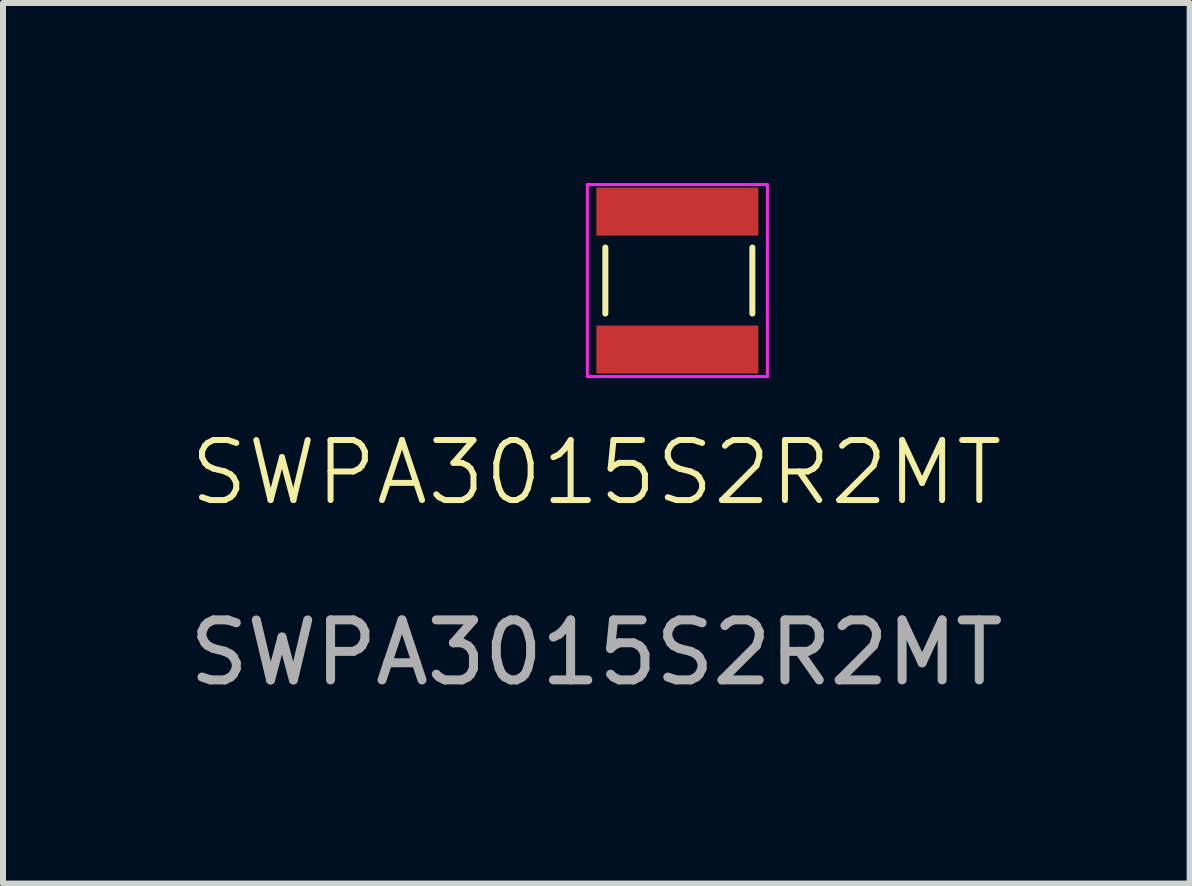
<source format=kicad_pcb>
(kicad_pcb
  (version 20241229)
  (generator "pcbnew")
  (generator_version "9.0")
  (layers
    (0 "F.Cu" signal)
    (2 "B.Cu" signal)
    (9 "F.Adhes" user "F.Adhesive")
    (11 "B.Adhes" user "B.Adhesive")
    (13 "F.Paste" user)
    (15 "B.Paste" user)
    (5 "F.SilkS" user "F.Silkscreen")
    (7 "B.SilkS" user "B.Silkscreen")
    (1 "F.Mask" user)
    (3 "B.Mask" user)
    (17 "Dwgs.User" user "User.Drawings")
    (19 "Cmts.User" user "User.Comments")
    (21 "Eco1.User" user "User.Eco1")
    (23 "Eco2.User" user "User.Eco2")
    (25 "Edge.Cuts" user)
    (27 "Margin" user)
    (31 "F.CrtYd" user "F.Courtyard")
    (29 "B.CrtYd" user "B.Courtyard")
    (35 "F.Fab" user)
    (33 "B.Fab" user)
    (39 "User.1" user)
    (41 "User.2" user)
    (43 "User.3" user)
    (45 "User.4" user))
  (footprint "SWPA3015S2R2MT"
    (layer "F.Cu")
    (at 8.237 2.425)
    (property "Reference" "SWPA3015S2R2MT" (at -1.35 2.4 0) (unlocked yes) (layer "F.SilkS") (effects (font (size 1 1) (thickness 0.1))))
    (attr smd)
    (fp_line (start -1.2 -1.35) (end -1.2 -0.25) (stroke (width 0.1) (type default)) (layer "F.SilkS"))
    (fp_line (start 1.25 -1.35) (end 1.25 -0.25) (stroke (width 0.1) (type default)) (layer "F.SilkS"))
    (fp_line (start -1.5 -2.4) (end 1.5 -2.4) (stroke (width 0.05) (type default)) (layer "F.CrtYd"))
    (fp_line (start -1.5 0.8) (end -1.5 -2.4) (stroke (width 0.05) (type default)) (layer "F.CrtYd"))
    (fp_line (start -1.5 0.8) (end 1.5 0.8) (stroke (width 0.05) (type default)) (layer "F.CrtYd"))
    (fp_line (start 1.5 0.8) (end 1.5 -2.4) (stroke (width 0.05) (type default)) (layer "F.CrtYd"))
    (fp_text user "${REFERENCE}" (at -1.35 5.4 0) (unlocked yes) (layer "F.Fab") (effects (font (size 1 1) (thickness 0.15))))
    (pad "1" smd rect (at 0 -1.95) (size 2.7 0.8) (layers "F.Cu" "F.Mask" "F.Paste"))
    (pad "2" smd rect (at 0 0.35) (size 2.7 0.8) (layers "F.Cu" "F.Mask" "F.Paste")))
  (gr_rect
    (start -3 -3)
    (end 16.774 11.673)
    (stroke (width 0.1) (type default))
    (fill no)
    (layer "Edge.Cuts")))
</source>
